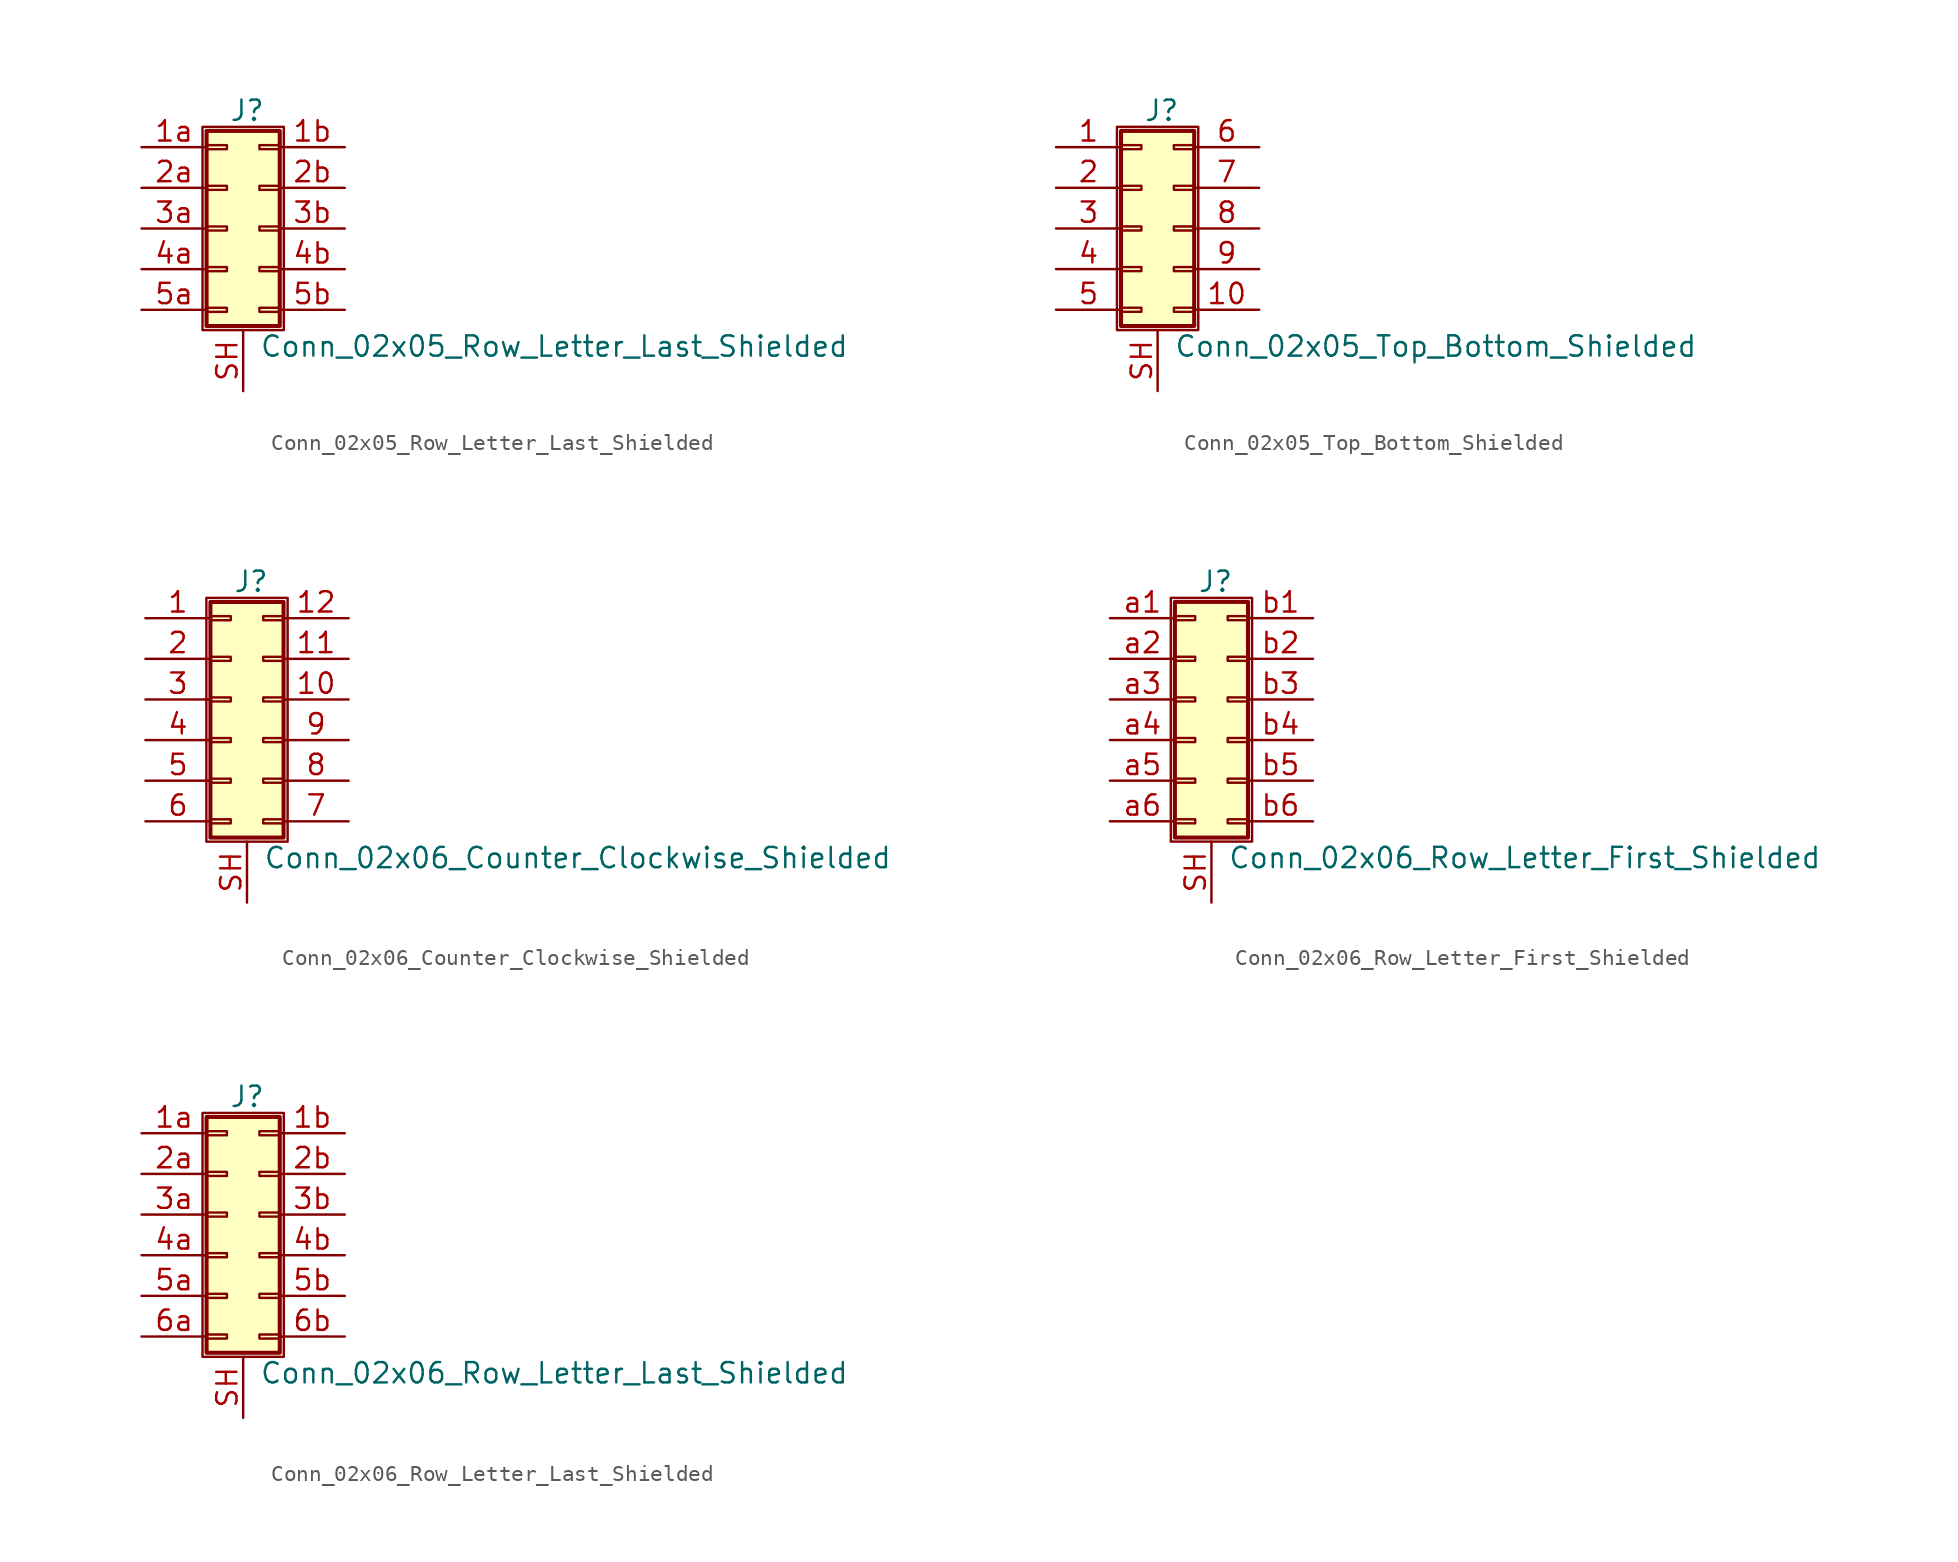
<source format=kicad_sym>
(kicad_symbol_lib
  (version 20201005)
  (generator kicad_symbol_editor)
  (symbol "Conn_02x05_Row_Letter_Last_Shielded"
    (pin_names
      (offset 1.016) hide)
    (property "Reference" "J"
      (at 1.524 7.366 0)
      (effects (font (size 1.27 1.27))))
    (property "Value" "Conn_02x05_Row_Letter_Last_Shielded"
      (at 2.286 -7.366 0)
      (effects (font (size 1.27 1.27)) (justify left)))
    (symbol "Conn_02x05_Row_Letter_Last_Shielded_1_1"
      (rectangle (start -1.27 6.35) (end 3.81 -6.35) (stroke (width 0.152)) (fill (type none)))
      (rectangle (start -1.016 -4.953) (end 0.254 -5.207) (stroke (width 0.152)) (fill (type none)))
      (rectangle (start -1.016 -2.413) (end 0.254 -2.667) (stroke (width 0.152)) (fill (type none)))
      (rectangle (start -1.016 0.127) (end 0.254 -0.127) (stroke (width 0.152)) (fill (type none)))
      (rectangle (start -1.016 2.667) (end 0.254 2.413) (stroke (width 0.152)) (fill (type none)))
      (rectangle (start -1.016 5.207) (end 0.254 4.953) (stroke (width 0.152)) (fill (type none)))
      (rectangle (start 3.556 -4.953) (end 2.286 -5.207) (stroke (width 0.152)) (fill (type none)))
      (rectangle (start 3.556 -2.413) (end 2.286 -2.667) (stroke (width 0.152)) (fill (type none)))
      (rectangle (start 3.556 0.127) (end 2.286 -0.127) (stroke (width 0.152)) (fill (type none)))
      (rectangle (start 3.556 2.667) (end 2.286 2.413) (stroke (width 0.152)) (fill (type none)))
      (rectangle (start 3.556 5.207) (end 2.286 4.953) (stroke (width 0.152)) (fill (type none)))
      (rectangle (start -1.016 6.096) (end 3.556 -6.096) (stroke (width 0.254)) (fill (type background)))
      (pin passive line (at -5.08 5.08 0) (length 4.064) (name "Pin_1a" (effects (font (size 1.27 1.27)))) (number "1a" (effects (font (size 1.27 1.27)))))
      (pin passive line (at 7.62 5.08 180) (length 4.064) (name "Pin_1b" (effects (font (size 1.27 1.27)))) (number "1b" (effects (font (size 1.27 1.27)))))
      (pin passive line (at -5.08 2.54 0) (length 4.064) (name "Pin_2a" (effects (font (size 1.27 1.27)))) (number "2a" (effects (font (size 1.27 1.27)))))
      (pin passive line (at 7.62 2.54 180) (length 4.064) (name "Pin_2b" (effects (font (size 1.27 1.27)))) (number "2b" (effects (font (size 1.27 1.27)))))
      (pin passive line (at -5.08 0 0) (length 4.064) (name "Pin_3a" (effects (font (size 1.27 1.27)))) (number "3a" (effects (font (size 1.27 1.27)))))
      (pin passive line (at 7.62 0 180) (length 4.064) (name "Pin_3b" (effects (font (size 1.27 1.27)))) (number "3b" (effects (font (size 1.27 1.27)))))
      (pin passive line (at -5.08 -2.54 0) (length 4.064) (name "Pin_4a" (effects (font (size 1.27 1.27)))) (number "4a" (effects (font (size 1.27 1.27)))))
      (pin passive line (at 7.62 -2.54 180) (length 4.064) (name "Pin_4b" (effects (font (size 1.27 1.27)))) (number "4b" (effects (font (size 1.27 1.27)))))
      (pin passive line (at -5.08 -5.08 0) (length 4.064) (name "Pin_5a" (effects (font (size 1.27 1.27)))) (number "5a" (effects (font (size 1.27 1.27)))))
      (pin passive line (at 7.62 -5.08 180) (length 4.064) (name "Pin_5b" (effects (font (size 1.27 1.27)))) (number "5b" (effects (font (size 1.27 1.27)))))
      (pin passive line (at 1.27 -10.16 90) (length 3.81) (name "Shield" (effects (font (size 1.27 1.27)))) (number "SH" (effects (font (size 1.27 1.27)))))))
  (symbol "Conn_02x05_Top_Bottom_Shielded"
    (pin_names
      (offset 1.016) hide)
    (property "Reference" "J"
      (at 1.524 7.366 0)
      (effects (font (size 1.27 1.27))))
    (property "Value" "Conn_02x05_Top_Bottom_Shielded"
      (at 2.286 -7.366 0)
      (effects (font (size 1.27 1.27)) (justify left)))
    (symbol "Conn_02x05_Top_Bottom_Shielded_1_1"
      (rectangle (start -1.27 6.35) (end 3.81 -6.35) (stroke (width 0.152)) (fill (type none)))
      (rectangle (start -1.016 -4.953) (end 0.254 -5.207) (stroke (width 0.152)) (fill (type none)))
      (rectangle (start -1.016 -2.413) (end 0.254 -2.667) (stroke (width 0.152)) (fill (type none)))
      (rectangle (start -1.016 0.127) (end 0.254 -0.127) (stroke (width 0.152)) (fill (type none)))
      (rectangle (start -1.016 2.667) (end 0.254 2.413) (stroke (width 0.152)) (fill (type none)))
      (rectangle (start -1.016 5.207) (end 0.254 4.953) (stroke (width 0.152)) (fill (type none)))
      (rectangle (start 3.556 -4.953) (end 2.286 -5.207) (stroke (width 0.152)) (fill (type none)))
      (rectangle (start 3.556 -2.413) (end 2.286 -2.667) (stroke (width 0.152)) (fill (type none)))
      (rectangle (start 3.556 0.127) (end 2.286 -0.127) (stroke (width 0.152)) (fill (type none)))
      (rectangle (start 3.556 2.667) (end 2.286 2.413) (stroke (width 0.152)) (fill (type none)))
      (rectangle (start 3.556 5.207) (end 2.286 4.953) (stroke (width 0.152)) (fill (type none)))
      (rectangle (start -1.016 6.096) (end 3.556 -6.096) (stroke (width 0.254)) (fill (type background)))
      (pin passive line (at -5.08 5.08 0) (length 4.064) (name "Pin_1" (effects (font (size 1.27 1.27)))) (number "1" (effects (font (size 1.27 1.27)))))
      (pin passive line (at 7.62 -5.08 180) (length 4.064) (name "Pin_10" (effects (font (size 1.27 1.27)))) (number "10" (effects (font (size 1.27 1.27)))))
      (pin passive line (at -5.08 2.54 0) (length 4.064) (name "Pin_2" (effects (font (size 1.27 1.27)))) (number "2" (effects (font (size 1.27 1.27)))))
      (pin passive line (at -5.08 0 0) (length 4.064) (name "Pin_3" (effects (font (size 1.27 1.27)))) (number "3" (effects (font (size 1.27 1.27)))))
      (pin passive line (at -5.08 -2.54 0) (length 4.064) (name "Pin_4" (effects (font (size 1.27 1.27)))) (number "4" (effects (font (size 1.27 1.27)))))
      (pin passive line (at -5.08 -5.08 0) (length 4.064) (name "Pin_5" (effects (font (size 1.27 1.27)))) (number "5" (effects (font (size 1.27 1.27)))))
      (pin passive line (at 7.62 5.08 180) (length 4.064) (name "Pin_6" (effects (font (size 1.27 1.27)))) (number "6" (effects (font (size 1.27 1.27)))))
      (pin passive line (at 7.62 2.54 180) (length 4.064) (name "Pin_7" (effects (font (size 1.27 1.27)))) (number "7" (effects (font (size 1.27 1.27)))))
      (pin passive line (at 7.62 0 180) (length 4.064) (name "Pin_8" (effects (font (size 1.27 1.27)))) (number "8" (effects (font (size 1.27 1.27)))))
      (pin passive line (at 7.62 -2.54 180) (length 4.064) (name "Pin_9" (effects (font (size 1.27 1.27)))) (number "9" (effects (font (size 1.27 1.27)))))
      (pin passive line (at 1.27 -10.16 90) (length 3.81) (name "Shield" (effects (font (size 1.27 1.27)))) (number "SH" (effects (font (size 1.27 1.27)))))))
  (symbol "Conn_02x06_Counter_Clockwise_Shielded"
    (pin_names
      (offset 1.016) hide)
    (property "Reference" "J"
      (at 1.524 7.366 0)
      (effects (font (size 1.27 1.27))))
    (property "Value" "Conn_02x06_Counter_Clockwise_Shielded"
      (at 2.286 -9.906 0)
      (effects (font (size 1.27 1.27)) (justify left)))
    (symbol "Conn_02x06_Counter_Clockwise_Shielded_1_1"
      (rectangle (start -1.27 6.35) (end 3.81 -8.89) (stroke (width 0.152)) (fill (type none)))
      (rectangle (start -1.016 -7.493) (end 0.254 -7.747) (stroke (width 0.152)) (fill (type none)))
      (rectangle (start -1.016 -4.953) (end 0.254 -5.207) (stroke (width 0.152)) (fill (type none)))
      (rectangle (start -1.016 -2.413) (end 0.254 -2.667) (stroke (width 0.152)) (fill (type none)))
      (rectangle (start -1.016 0.127) (end 0.254 -0.127) (stroke (width 0.152)) (fill (type none)))
      (rectangle (start -1.016 2.667) (end 0.254 2.413) (stroke (width 0.152)) (fill (type none)))
      (rectangle (start -1.016 5.207) (end 0.254 4.953) (stroke (width 0.152)) (fill (type none)))
      (rectangle (start 3.556 -7.493) (end 2.286 -7.747) (stroke (width 0.152)) (fill (type none)))
      (rectangle (start 3.556 -4.953) (end 2.286 -5.207) (stroke (width 0.152)) (fill (type none)))
      (rectangle (start 3.556 -2.413) (end 2.286 -2.667) (stroke (width 0.152)) (fill (type none)))
      (rectangle (start 3.556 0.127) (end 2.286 -0.127) (stroke (width 0.152)) (fill (type none)))
      (rectangle (start 3.556 2.667) (end 2.286 2.413) (stroke (width 0.152)) (fill (type none)))
      (rectangle (start 3.556 5.207) (end 2.286 4.953) (stroke (width 0.152)) (fill (type none)))
      (rectangle (start -1.016 6.096) (end 3.556 -8.636) (stroke (width 0.254)) (fill (type background)))
      (pin passive line (at -5.08 5.08 0) (length 4.064) (name "Pin_1" (effects (font (size 1.27 1.27)))) (number "1" (effects (font (size 1.27 1.27)))))
      (pin passive line (at 7.62 0 180) (length 4.064) (name "Pin_10" (effects (font (size 1.27 1.27)))) (number "10" (effects (font (size 1.27 1.27)))))
      (pin passive line (at 7.62 2.54 180) (length 4.064) (name "Pin_11" (effects (font (size 1.27 1.27)))) (number "11" (effects (font (size 1.27 1.27)))))
      (pin passive line (at 7.62 5.08 180) (length 4.064) (name "Pin_12" (effects (font (size 1.27 1.27)))) (number "12" (effects (font (size 1.27 1.27)))))
      (pin passive line (at -5.08 2.54 0) (length 4.064) (name "Pin_2" (effects (font (size 1.27 1.27)))) (number "2" (effects (font (size 1.27 1.27)))))
      (pin passive line (at -5.08 0 0) (length 4.064) (name "Pin_3" (effects (font (size 1.27 1.27)))) (number "3" (effects (font (size 1.27 1.27)))))
      (pin passive line (at -5.08 -2.54 0) (length 4.064) (name "Pin_4" (effects (font (size 1.27 1.27)))) (number "4" (effects (font (size 1.27 1.27)))))
      (pin passive line (at -5.08 -5.08 0) (length 4.064) (name "Pin_5" (effects (font (size 1.27 1.27)))) (number "5" (effects (font (size 1.27 1.27)))))
      (pin passive line (at -5.08 -7.62 0) (length 4.064) (name "Pin_6" (effects (font (size 1.27 1.27)))) (number "6" (effects (font (size 1.27 1.27)))))
      (pin passive line (at 7.62 -7.62 180) (length 4.064) (name "Pin_7" (effects (font (size 1.27 1.27)))) (number "7" (effects (font (size 1.27 1.27)))))
      (pin passive line (at 7.62 -5.08 180) (length 4.064) (name "Pin_8" (effects (font (size 1.27 1.27)))) (number "8" (effects (font (size 1.27 1.27)))))
      (pin passive line (at 7.62 -2.54 180) (length 4.064) (name "Pin_9" (effects (font (size 1.27 1.27)))) (number "9" (effects (font (size 1.27 1.27)))))
      (pin passive line (at 1.27 -12.7 90) (length 3.81) (name "Shield" (effects (font (size 1.27 1.27)))) (number "SH" (effects (font (size 1.27 1.27)))))))
  (symbol "Conn_02x06_Row_Letter_First_Shielded"
    (pin_names
      (offset 1.016) hide)
    (property "Reference" "J"
      (at 1.524 7.366 0)
      (effects (font (size 1.27 1.27))))
    (property "Value" "Conn_02x06_Row_Letter_First_Shielded"
      (at 2.286 -9.906 0)
      (effects (font (size 1.27 1.27)) (justify left)))
    (symbol "Conn_02x06_Row_Letter_First_Shielded_1_1"
      (rectangle (start -1.27 6.35) (end 3.81 -8.89) (stroke (width 0.152)) (fill (type none)))
      (rectangle (start -1.016 -7.493) (end 0.254 -7.747) (stroke (width 0.152)) (fill (type none)))
      (rectangle (start -1.016 -4.953) (end 0.254 -5.207) (stroke (width 0.152)) (fill (type none)))
      (rectangle (start -1.016 -2.413) (end 0.254 -2.667) (stroke (width 0.152)) (fill (type none)))
      (rectangle (start -1.016 0.127) (end 0.254 -0.127) (stroke (width 0.152)) (fill (type none)))
      (rectangle (start -1.016 2.667) (end 0.254 2.413) (stroke (width 0.152)) (fill (type none)))
      (rectangle (start -1.016 5.207) (end 0.254 4.953) (stroke (width 0.152)) (fill (type none)))
      (rectangle (start 3.556 -7.493) (end 2.286 -7.747) (stroke (width 0.152)) (fill (type none)))
      (rectangle (start 3.556 -4.953) (end 2.286 -5.207) (stroke (width 0.152)) (fill (type none)))
      (rectangle (start 3.556 -2.413) (end 2.286 -2.667) (stroke (width 0.152)) (fill (type none)))
      (rectangle (start 3.556 0.127) (end 2.286 -0.127) (stroke (width 0.152)) (fill (type none)))
      (rectangle (start 3.556 2.667) (end 2.286 2.413) (stroke (width 0.152)) (fill (type none)))
      (rectangle (start 3.556 5.207) (end 2.286 4.953) (stroke (width 0.152)) (fill (type none)))
      (rectangle (start -1.016 6.096) (end 3.556 -8.636) (stroke (width 0.254)) (fill (type background)))
      (pin passive line (at 1.27 -12.7 90) (length 3.81) (name "Shield" (effects (font (size 1.27 1.27)))) (number "SH" (effects (font (size 1.27 1.27)))))
      (pin passive line (at -5.08 5.08 0) (length 4.064) (name "Pin_a1" (effects (font (size 1.27 1.27)))) (number "a1" (effects (font (size 1.27 1.27)))))
      (pin passive line (at -5.08 2.54 0) (length 4.064) (name "Pin_a2" (effects (font (size 1.27 1.27)))) (number "a2" (effects (font (size 1.27 1.27)))))
      (pin passive line (at -5.08 0 0) (length 4.064) (name "Pin_a3" (effects (font (size 1.27 1.27)))) (number "a3" (effects (font (size 1.27 1.27)))))
      (pin passive line (at -5.08 -2.54 0) (length 4.064) (name "Pin_a4" (effects (font (size 1.27 1.27)))) (number "a4" (effects (font (size 1.27 1.27)))))
      (pin passive line (at -5.08 -5.08 0) (length 4.064) (name "Pin_a5" (effects (font (size 1.27 1.27)))) (number "a5" (effects (font (size 1.27 1.27)))))
      (pin passive line (at -5.08 -7.62 0) (length 4.064) (name "Pin_a6" (effects (font (size 1.27 1.27)))) (number "a6" (effects (font (size 1.27 1.27)))))
      (pin passive line (at 7.62 5.08 180) (length 4.064) (name "Pin_b1" (effects (font (size 1.27 1.27)))) (number "b1" (effects (font (size 1.27 1.27)))))
      (pin passive line (at 7.62 2.54 180) (length 4.064) (name "Pin_b2" (effects (font (size 1.27 1.27)))) (number "b2" (effects (font (size 1.27 1.27)))))
      (pin passive line (at 7.62 0 180) (length 4.064) (name "Pin_b3" (effects (font (size 1.27 1.27)))) (number "b3" (effects (font (size 1.27 1.27)))))
      (pin passive line (at 7.62 -2.54 180) (length 4.064) (name "Pin_b4" (effects (font (size 1.27 1.27)))) (number "b4" (effects (font (size 1.27 1.27)))))
      (pin passive line (at 7.62 -5.08 180) (length 4.064) (name "Pin_b5" (effects (font (size 1.27 1.27)))) (number "b5" (effects (font (size 1.27 1.27)))))
      (pin passive line (at 7.62 -7.62 180) (length 4.064) (name "Pin_b6" (effects (font (size 1.27 1.27)))) (number "b6" (effects (font (size 1.27 1.27)))))))
  (symbol "Conn_02x06_Row_Letter_Last_Shielded"
    (pin_names
      (offset 1.016) hide)
    (property "Reference" "J"
      (at 1.524 7.366 0)
      (effects (font (size 1.27 1.27))))
    (property "Value" "Conn_02x06_Row_Letter_Last_Shielded"
      (at 2.286 -9.906 0)
      (effects (font (size 1.27 1.27)) (justify left)))
    (symbol "Conn_02x06_Row_Letter_Last_Shielded_1_1"
      (rectangle (start -1.27 6.35) (end 3.81 -8.89) (stroke (width 0.152)) (fill (type none)))
      (rectangle (start -1.016 -7.493) (end 0.254 -7.747) (stroke (width 0.152)) (fill (type none)))
      (rectangle (start -1.016 -4.953) (end 0.254 -5.207) (stroke (width 0.152)) (fill (type none)))
      (rectangle (start -1.016 -2.413) (end 0.254 -2.667) (stroke (width 0.152)) (fill (type none)))
      (rectangle (start -1.016 0.127) (end 0.254 -0.127) (stroke (width 0.152)) (fill (type none)))
      (rectangle (start -1.016 2.667) (end 0.254 2.413) (stroke (width 0.152)) (fill (type none)))
      (rectangle (start -1.016 5.207) (end 0.254 4.953) (stroke (width 0.152)) (fill (type none)))
      (rectangle (start 3.556 -7.493) (end 2.286 -7.747) (stroke (width 0.152)) (fill (type none)))
      (rectangle (start 3.556 -4.953) (end 2.286 -5.207) (stroke (width 0.152)) (fill (type none)))
      (rectangle (start 3.556 -2.413) (end 2.286 -2.667) (stroke (width 0.152)) (fill (type none)))
      (rectangle (start 3.556 0.127) (end 2.286 -0.127) (stroke (width 0.152)) (fill (type none)))
      (rectangle (start 3.556 2.667) (end 2.286 2.413) (stroke (width 0.152)) (fill (type none)))
      (rectangle (start 3.556 5.207) (end 2.286 4.953) (stroke (width 0.152)) (fill (type none)))
      (rectangle (start -1.016 6.096) (end 3.556 -8.636) (stroke (width 0.254)) (fill (type background)))
      (pin passive line (at -5.08 5.08 0) (length 4.064) (name "Pin_1a" (effects (font (size 1.27 1.27)))) (number "1a" (effects (font (size 1.27 1.27)))))
      (pin passive line (at 7.62 5.08 180) (length 4.064) (name "Pin_1b" (effects (font (size 1.27 1.27)))) (number "1b" (effects (font (size 1.27 1.27)))))
      (pin passive line (at -5.08 2.54 0) (length 4.064) (name "Pin_2a" (effects (font (size 1.27 1.27)))) (number "2a" (effects (font (size 1.27 1.27)))))
      (pin passive line (at 7.62 2.54 180) (length 4.064) (name "Pin_2b" (effects (font (size 1.27 1.27)))) (number "2b" (effects (font (size 1.27 1.27)))))
      (pin passive line (at -5.08 0 0) (length 4.064) (name "Pin_3a" (effects (font (size 1.27 1.27)))) (number "3a" (effects (font (size 1.27 1.27)))))
      (pin passive line (at 7.62 0 180) (length 4.064) (name "Pin_3b" (effects (font (size 1.27 1.27)))) (number "3b" (effects (font (size 1.27 1.27)))))
      (pin passive line (at -5.08 -2.54 0) (length 4.064) (name "Pin_4a" (effects (font (size 1.27 1.27)))) (number "4a" (effects (font (size 1.27 1.27)))))
      (pin passive line (at 7.62 -2.54 180) (length 4.064) (name "Pin_4b" (effects (font (size 1.27 1.27)))) (number "4b" (effects (font (size 1.27 1.27)))))
      (pin passive line (at -5.08 -5.08 0) (length 4.064) (name "Pin_5a" (effects (font (size 1.27 1.27)))) (number "5a" (effects (font (size 1.27 1.27)))))
      (pin passive line (at 7.62 -5.08 180) (length 4.064) (name "Pin_5b" (effects (font (size 1.27 1.27)))) (number "5b" (effects (font (size 1.27 1.27)))))
      (pin passive line (at -5.08 -7.62 0) (length 4.064) (name "Pin_6a" (effects (font (size 1.27 1.27)))) (number "6a" (effects (font (size 1.27 1.27)))))
      (pin passive line (at 7.62 -7.62 180) (length 4.064) (name "Pin_6b" (effects (font (size 1.27 1.27)))) (number "6b" (effects (font (size 1.27 1.27)))))
      (pin passive line (at 1.27 -12.7 90) (length 3.81) (name "Shield" (effects (font (size 1.27 1.27)))) (number "SH" (effects (font (size 1.27 1.27))))))))
</source>
